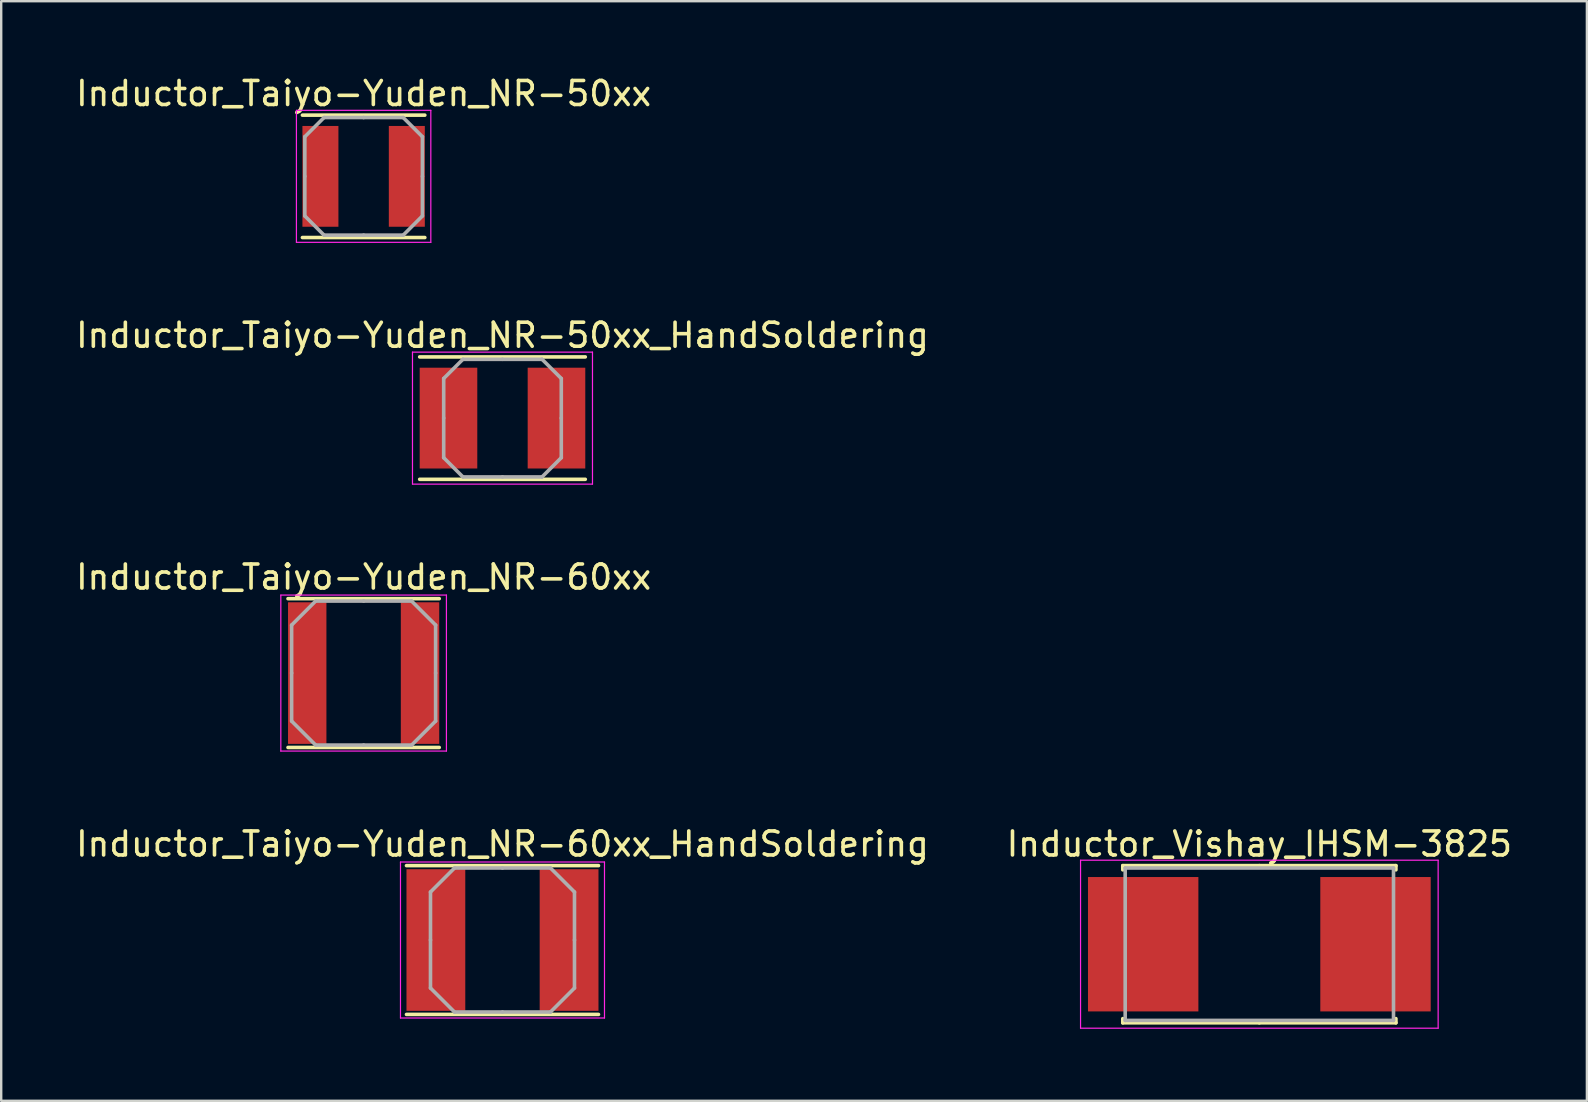
<source format=kicad_pcb>
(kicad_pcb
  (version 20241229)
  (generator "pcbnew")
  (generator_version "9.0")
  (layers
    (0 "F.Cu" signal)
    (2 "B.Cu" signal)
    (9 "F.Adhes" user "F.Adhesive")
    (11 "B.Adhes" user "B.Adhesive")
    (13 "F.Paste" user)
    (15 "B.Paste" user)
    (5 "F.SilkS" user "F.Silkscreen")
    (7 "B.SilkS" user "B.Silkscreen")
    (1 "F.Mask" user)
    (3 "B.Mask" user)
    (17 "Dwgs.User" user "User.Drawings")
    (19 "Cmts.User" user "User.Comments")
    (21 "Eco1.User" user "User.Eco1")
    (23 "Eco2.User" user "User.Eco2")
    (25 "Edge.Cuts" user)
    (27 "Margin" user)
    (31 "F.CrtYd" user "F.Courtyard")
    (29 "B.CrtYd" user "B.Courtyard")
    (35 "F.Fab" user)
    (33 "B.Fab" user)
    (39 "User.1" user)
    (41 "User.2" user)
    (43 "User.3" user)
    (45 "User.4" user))
  (footprint "Inductor_Taiyo-Yuden_NR-60xx_HandSoldering"
    (layer "F.Cu")
    (at 17.887 36.118)
    (property "Reference" "Inductor_Taiyo-Yuden_NR-60xx_HandSoldering" (at 0 -4 0) (layer "F.SilkS") (effects (font (size 1 1) (thickness 0.15))))
    (attr smd)
    (fp_line (start -4 -3.1) (end 4 -3.1) (stroke (width 0.15) (type solid)) (layer "F.SilkS"))
    (fp_line (start -4 3.1) (end 4 3.1) (stroke (width 0.15) (type solid)) (layer "F.SilkS"))
    (fp_line (start -4.25 -3.25) (end -4.25 3.25) (stroke (width 0.05) (type solid)) (layer "F.CrtYd"))
    (fp_line (start -4.25 3.25) (end 4.25 3.25) (stroke (width 0.05) (type solid)) (layer "F.CrtYd"))
    (fp_line (start 4.25 -3.25) (end -4.25 -3.25) (stroke (width 0.05) (type solid)) (layer "F.CrtYd"))
    (fp_line (start 4.25 3.25) (end 4.25 -3.25) (stroke (width 0.05) (type solid)) (layer "F.CrtYd"))
    (fp_line (start -3 -2) (end -2 -3) (stroke (width 0.15) (type solid)) (layer "F.Fab"))
    (fp_line (start -3 0) (end -3 -2) (stroke (width 0.15) (type solid)) (layer "F.Fab"))
    (fp_line (start -3 0) (end -3 2) (stroke (width 0.15) (type solid)) (layer "F.Fab"))
    (fp_line (start -3 2) (end -2 3) (stroke (width 0.15) (type solid)) (layer "F.Fab"))
    (fp_line (start -2 -3) (end 0 -3) (stroke (width 0.15) (type solid)) (layer "F.Fab"))
    (fp_line (start -2 3) (end 0 3) (stroke (width 0.15) (type solid)) (layer "F.Fab"))
    (fp_line (start 2 -3) (end 0 -3) (stroke (width 0.15) (type solid)) (layer "F.Fab"))
    (fp_line (start 2 3) (end 0 3) (stroke (width 0.15) (type solid)) (layer "F.Fab"))
    (fp_line (start 3 -2) (end 2 -3) (stroke (width 0.15) (type solid)) (layer "F.Fab"))
    (fp_line (start 3 0) (end 3 -2) (stroke (width 0.15) (type solid)) (layer "F.Fab"))
    (fp_line (start 3 0) (end 3 2) (stroke (width 0.15) (type solid)) (layer "F.Fab"))
    (fp_line (start 3 2) (end 2 3) (stroke (width 0.15) (type solid)) (layer "F.Fab"))
    (pad "1" smd rect (at -2.775 0) (size 2.45 5.9) (layers "F.Cu" "F.Mask" "F.Paste"))
    (pad "2" smd rect (at 2.775 0) (size 2.45 5.9) (layers "F.Cu" "F.Mask" "F.Paste")))
  (footprint "Inductor_Taiyo-Yuden_NR-50xx_HandSoldering"
    (layer "F.Cu")
    (at 17.887 14.371)
    (property "Reference" "Inductor_Taiyo-Yuden_NR-50xx_HandSoldering" (at 0 -3.45 0) (layer "F.SilkS") (effects (font (size 1 1) (thickness 0.15))))
    (attr smd)
    (fp_line (start -3.45 -2.55) (end 3.45 -2.55) (stroke (width 0.15) (type solid)) (layer "F.SilkS"))
    (fp_line (start -3.45 2.55) (end 3.45 2.55) (stroke (width 0.15) (type solid)) (layer "F.SilkS"))
    (fp_line (start -3.75 -2.75) (end -3.75 2.75) (stroke (width 0.05) (type solid)) (layer "F.CrtYd"))
    (fp_line (start -3.75 2.75) (end 3.75 2.75) (stroke (width 0.05) (type solid)) (layer "F.CrtYd"))
    (fp_line (start 3.75 -2.75) (end -3.75 -2.75) (stroke (width 0.05) (type solid)) (layer "F.CrtYd"))
    (fp_line (start 3.75 2.75) (end 3.75 -2.75) (stroke (width 0.05) (type solid)) (layer "F.CrtYd"))
    (fp_line (start -2.45 -1.65) (end -1.65 -2.45) (stroke (width 0.15) (type solid)) (layer "F.Fab"))
    (fp_line (start -2.45 0) (end -2.45 -1.65) (stroke (width 0.15) (type solid)) (layer "F.Fab"))
    (fp_line (start -2.45 0) (end -2.45 1.65) (stroke (width 0.15) (type solid)) (layer "F.Fab"))
    (fp_line (start -2.45 1.65) (end -1.65 2.45) (stroke (width 0.15) (type solid)) (layer "F.Fab"))
    (fp_line (start -1.65 -2.45) (end 0 -2.45) (stroke (width 0.15) (type solid)) (layer "F.Fab"))
    (fp_line (start -1.65 2.45) (end 0 2.45) (stroke (width 0.15) (type solid)) (layer "F.Fab"))
    (fp_line (start 1.65 -2.45) (end 0 -2.45) (stroke (width 0.15) (type solid)) (layer "F.Fab"))
    (fp_line (start 1.65 2.45) (end 0 2.45) (stroke (width 0.15) (type solid)) (layer "F.Fab"))
    (fp_line (start 2.45 -1.65) (end 1.65 -2.45) (stroke (width 0.15) (type solid)) (layer "F.Fab"))
    (fp_line (start 2.45 0) (end 2.45 -1.65) (stroke (width 0.15) (type solid)) (layer "F.Fab"))
    (fp_line (start 2.45 0) (end 2.45 1.65) (stroke (width 0.15) (type solid)) (layer "F.Fab"))
    (fp_line (start 2.45 1.65) (end 1.65 2.45) (stroke (width 0.15) (type solid)) (layer "F.Fab"))
    (pad "1" smd rect (at -2.25 0) (size 2.4 4.2) (layers "F.Cu" "F.Mask" "F.Paste"))
    (pad "2" smd rect (at 2.25 0) (size 2.4 4.2) (layers "F.Cu" "F.Mask" "F.Paste")))
  (footprint "Inductor_Taiyo-Yuden_NR-50xx"
    (layer "F.Cu")
    (at 12.101 4.298)
    (property "Reference" "Inductor_Taiyo-Yuden_NR-50xx" (at 0 -3.45 0) (layer "F.SilkS") (effects (font (size 1 1) (thickness 0.15))))
    (attr smd)
    (fp_line (start -2.55 -2.55) (end 2.55 -2.55) (stroke (width 0.15) (type solid)) (layer "F.SilkS"))
    (fp_line (start -2.55 2.55) (end 2.55 2.55) (stroke (width 0.15) (type solid)) (layer "F.SilkS"))
    (fp_line (start -2.8 -2.75) (end -2.8 2.75) (stroke (width 0.05) (type solid)) (layer "F.CrtYd"))
    (fp_line (start -2.8 2.75) (end 2.8 2.75) (stroke (width 0.05) (type solid)) (layer "F.CrtYd"))
    (fp_line (start 2.8 -2.75) (end -2.8 -2.75) (stroke (width 0.05) (type solid)) (layer "F.CrtYd"))
    (fp_line (start 2.8 2.75) (end 2.8 -2.75) (stroke (width 0.05) (type solid)) (layer "F.CrtYd"))
    (fp_line (start -2.45 -1.65) (end -1.65 -2.45) (stroke (width 0.15) (type solid)) (layer "F.Fab"))
    (fp_line (start -2.45 0) (end -2.45 -1.65) (stroke (width 0.15) (type solid)) (layer "F.Fab"))
    (fp_line (start -2.45 0) (end -2.45 1.65) (stroke (width 0.15) (type solid)) (layer "F.Fab"))
    (fp_line (start -2.45 1.65) (end -1.65 2.45) (stroke (width 0.15) (type solid)) (layer "F.Fab"))
    (fp_line (start -1.65 -2.45) (end 0 -2.45) (stroke (width 0.15) (type solid)) (layer "F.Fab"))
    (fp_line (start -1.65 2.45) (end 0 2.45) (stroke (width 0.15) (type solid)) (layer "F.Fab"))
    (fp_line (start 1.65 -2.45) (end 0 -2.45) (stroke (width 0.15) (type solid)) (layer "F.Fab"))
    (fp_line (start 1.65 2.45) (end 0 2.45) (stroke (width 0.15) (type solid)) (layer "F.Fab"))
    (fp_line (start 2.45 -1.65) (end 1.65 -2.45) (stroke (width 0.15) (type solid)) (layer "F.Fab"))
    (fp_line (start 2.45 0) (end 2.45 -1.65) (stroke (width 0.15) (type solid)) (layer "F.Fab"))
    (fp_line (start 2.45 0) (end 2.45 1.65) (stroke (width 0.15) (type solid)) (layer "F.Fab"))
    (fp_line (start 2.45 1.65) (end 1.65 2.45) (stroke (width 0.15) (type solid)) (layer "F.Fab"))
    (pad "1" smd rect (at -1.8 0) (size 1.5 4.2) (layers "F.Cu" "F.Mask" "F.Paste"))
    (pad "2" smd rect (at 1.8 0) (size 1.5 4.2) (layers "F.Cu" "F.Mask" "F.Paste")))
  (footprint "Inductor_Vishay_IHSM-3825"
    (layer "F.Cu")
    (at 49.423 36.293)
    (property "Reference" "Inductor_Vishay_IHSM-3825" (at 0 -4.175 0) (layer "F.SilkS") (effects (font (size 1 1) (thickness 0.15))))
    (attr smd)
    (fp_line (start -5.69 -3.275) (end 0 -3.275) (stroke (width 0.15) (type solid)) (layer "F.SilkS"))
    (fp_line (start -5.69 -3.1) (end -5.69 -3.275) (stroke (width 0.15) (type solid)) (layer "F.SilkS"))
    (fp_line (start -5.69 3.1) (end -5.69 3.275) (stroke (width 0.15) (type solid)) (layer "F.SilkS"))
    (fp_line (start -5.69 3.275) (end 0 3.275) (stroke (width 0.15) (type solid)) (layer "F.SilkS"))
    (fp_line (start 5.69 -3.275) (end 0 -3.275) (stroke (width 0.15) (type solid)) (layer "F.SilkS"))
    (fp_line (start 5.69 -3.1) (end 5.69 -3.275) (stroke (width 0.15) (type solid)) (layer "F.SilkS"))
    (fp_line (start 5.69 3.1) (end 5.69 3.275) (stroke (width 0.15) (type solid)) (layer "F.SilkS"))
    (fp_line (start 5.69 3.275) (end 0 3.275) (stroke (width 0.15) (type solid)) (layer "F.SilkS"))
    (fp_line (start -7.45 -3.5) (end -7.45 3.5) (stroke (width 0.05) (type solid)) (layer "F.CrtYd"))
    (fp_line (start -7.45 3.5) (end 7.45 3.5) (stroke (width 0.05) (type solid)) (layer "F.CrtYd"))
    (fp_line (start 7.45 -3.5) (end -7.45 -3.5) (stroke (width 0.05) (type solid)) (layer "F.CrtYd"))
    (fp_line (start 7.45 3.5) (end 7.45 -3.5) (stroke (width 0.05) (type solid)) (layer "F.CrtYd"))
    (fp_line (start -5.59 -3.175) (end -5.59 3.175) (stroke (width 0.15) (type solid)) (layer "F.Fab"))
    (fp_line (start -5.59 3.175) (end 5.59 3.175) (stroke (width 0.15) (type solid)) (layer "F.Fab"))
    (fp_line (start 5.59 -3.175) (end -5.59 -3.175) (stroke (width 0.15) (type solid)) (layer "F.Fab"))
    (fp_line (start 5.59 3.175) (end 5.59 -3.175) (stroke (width 0.15) (type solid)) (layer "F.Fab"))
    (pad "1" smd rect (at -4.84 0) (size 4.6 5.6) (layers "F.Cu" "F.Mask" "F.Paste"))
    (pad "2" smd rect (at 4.84 0) (size 4.6 5.6) (layers "F.Cu" "F.Mask" "F.Paste")))
  (footprint "Inductor_Taiyo-Yuden_NR-60xx"
    (layer "F.Cu")
    (at 12.101 24.995)
    (property "Reference" "Inductor_Taiyo-Yuden_NR-60xx" (at 0 -4 0) (layer "F.SilkS") (effects (font (size 1 1) (thickness 0.15))))
    (attr smd)
    (fp_line (start -3.15 -3.1) (end 3.15 -3.1) (stroke (width 0.15) (type solid)) (layer "F.SilkS"))
    (fp_line (start -3.15 3.1) (end 3.15 3.1) (stroke (width 0.15) (type solid)) (layer "F.SilkS"))
    (fp_line (start -3.45 -3.25) (end -3.45 3.25) (stroke (width 0.05) (type solid)) (layer "F.CrtYd"))
    (fp_line (start -3.45 3.25) (end 3.45 3.25) (stroke (width 0.05) (type solid)) (layer "F.CrtYd"))
    (fp_line (start 3.45 -3.25) (end -3.45 -3.25) (stroke (width 0.05) (type solid)) (layer "F.CrtYd"))
    (fp_line (start 3.45 3.25) (end 3.45 -3.25) (stroke (width 0.05) (type solid)) (layer "F.CrtYd"))
    (fp_line (start -3 -2) (end -2 -3) (stroke (width 0.15) (type solid)) (layer "F.Fab"))
    (fp_line (start -3 0) (end -3 -2) (stroke (width 0.15) (type solid)) (layer "F.Fab"))
    (fp_line (start -3 0) (end -3 2) (stroke (width 0.15) (type solid)) (layer "F.Fab"))
    (fp_line (start -3 2) (end -2 3) (stroke (width 0.15) (type solid)) (layer "F.Fab"))
    (fp_line (start -2 -3) (end 0 -3) (stroke (width 0.15) (type solid)) (layer "F.Fab"))
    (fp_line (start -2 3) (end 0 3) (stroke (width 0.15) (type solid)) (layer "F.Fab"))
    (fp_line (start 2 -3) (end 0 -3) (stroke (width 0.15) (type solid)) (layer "F.Fab"))
    (fp_line (start 2 3) (end 0 3) (stroke (width 0.15) (type solid)) (layer "F.Fab"))
    (fp_line (start 3 -2) (end 2 -3) (stroke (width 0.15) (type solid)) (layer "F.Fab"))
    (fp_line (start 3 0) (end 3 -2) (stroke (width 0.15) (type solid)) (layer "F.Fab"))
    (fp_line (start 3 0) (end 3 2) (stroke (width 0.15) (type solid)) (layer "F.Fab"))
    (fp_line (start 3 2) (end 2 3) (stroke (width 0.15) (type solid)) (layer "F.Fab"))
    (pad "1" smd rect (at -2.35 0) (size 1.6 5.9) (layers "F.Cu" "F.Mask" "F.Paste"))
    (pad "2" smd rect (at 2.35 0) (size 1.6 5.9) (layers "F.Cu" "F.Mask" "F.Paste")))
  (gr_rect
    (start -3 -3)
    (end 63.071 42.818)
    (stroke (width 0.1) (type default))
    (fill no)
    (layer "Edge.Cuts")))
</source>
